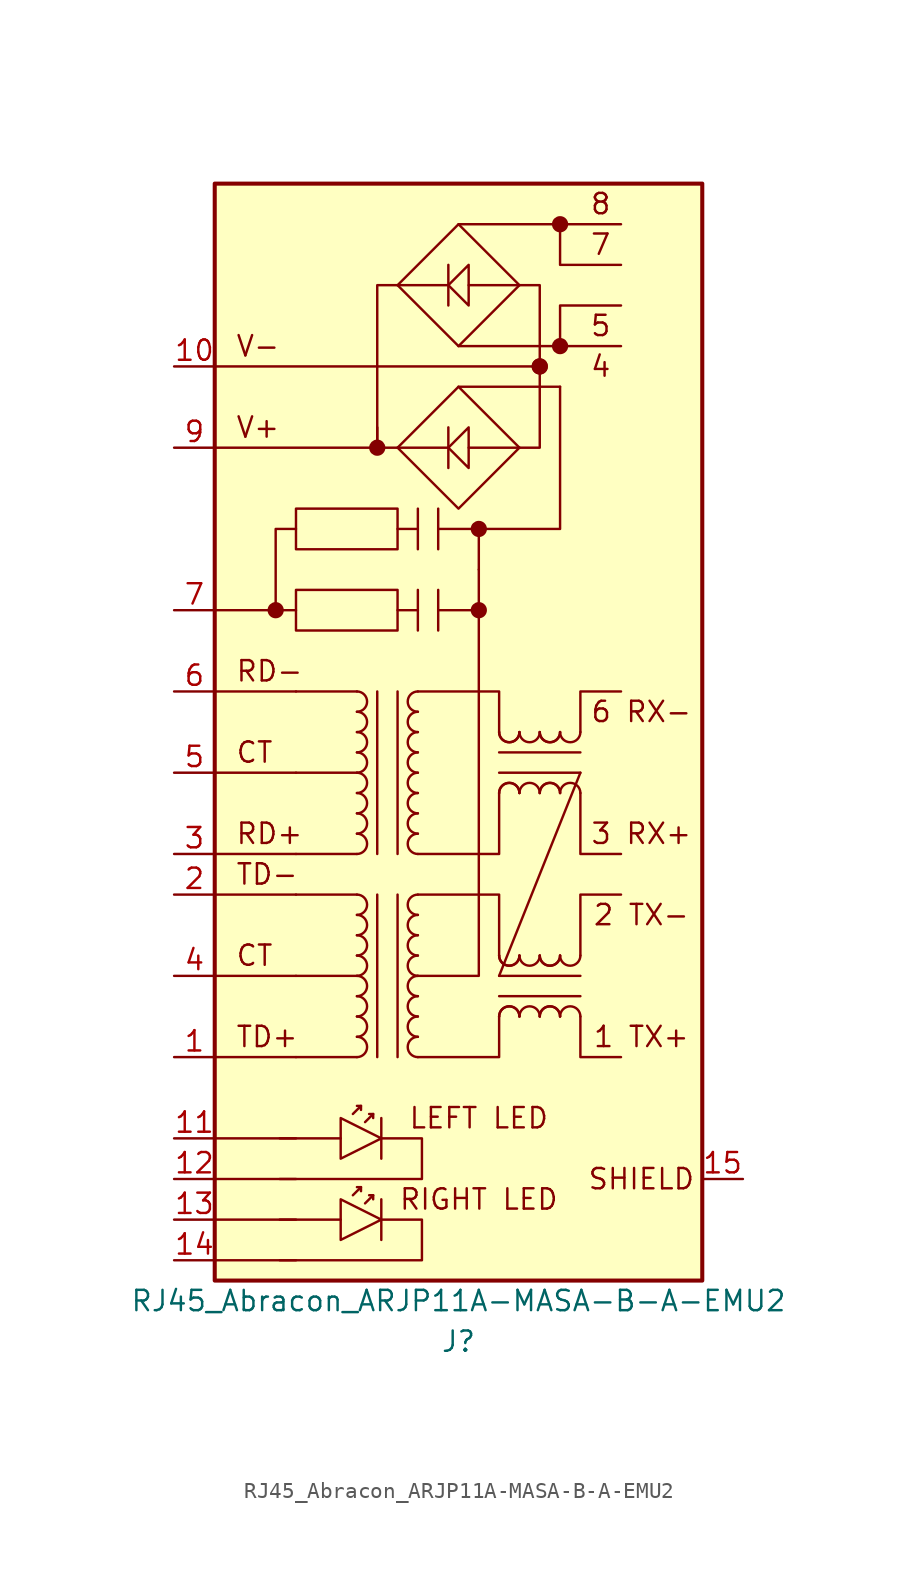
<source format=kicad_sym>
(kicad_symbol_lib
  (version 20201005)
  (generator kicad_symbol_editor)
  (symbol "Connector:RJ45_Abracon_ARJP11A-MASA-B-A-EMU2"
    (pin_names
      (offset 1.016) hide)
    (property "Reference" "J"
      (at 0 -38.1 0)
      (effects (font (size 1.27 1.27))))
    (property "Value" "RJ45_Abracon_ARJP11A-MASA-B-A-EMU2"
      (at 0 -35.56 0)
      (effects (font (size 1.27 1.27))))
    (symbol "RJ45_Abracon_ARJP11A-MASA-B-A-EMU2_0_0"
      (circle (center 1.27 7.62) (radius 0) (stroke (width 0.508)) (fill (type none)))
      (text "1 TX+" (at 11.43 -19.05 0) (effects (font (size 1.27 1.27))))
      (text "2 TX-" (at 11.43 -11.43 0) (effects (font (size 1.27 1.27))))
      (text "3 RX+" (at 11.43 -6.35 0) (effects (font (size 1.27 1.27))))
      (text "4" (at 8.89 22.86 0) (effects (font (size 1.27 1.27))))
      (text "5" (at 8.89 25.4 0) (effects (font (size 1.27 1.27))))
      (text "6 RX-" (at 11.43 1.27 0) (effects (font (size 1.27 1.27))))
      (text "7" (at 8.89 30.48 0) (effects (font (size 1.27 1.27))))
      (text "8" (at 8.89 33.02 0) (effects (font (size 1.27 1.27))))
      (text "CT" (at -13.97 -1.27 0) (effects (font (size 1.27 1.27)) (justify left)))
      (text "LEFT LED" (at 1.27 -24.13 0) (effects (font (size 1.27 1.27))))
      (text "RD-" (at -13.97 3.81 0) (effects (font (size 1.27 1.27)) (justify left)))
      (text "SHIELD" (at 11.43 -27.94 0) (effects (font (size 1.27 1.27))))
      (text "V+" (at -13.97 19.05 0) (effects (font (size 1.27 1.27)) (justify left)))
      (text "V-" (at -13.97 24.13 0) (effects (font (size 1.27 1.27)) (justify left)))
      (rectangle (start -15.24 -34.29) (end 15.24 34.29) (stroke (width 0.254)) (fill (type background)))
      (rectangle (start -3.81 8.89) (end -10.16 6.35) (stroke (width 0)) (fill (type none)))
      (polyline (pts (xy -15.24 -33.02) (xy -10.16 -33.02)) (stroke (width 0)) (fill (type none)))
      (polyline (pts (xy -15.24 -30.48) (xy -10.16 -30.48)) (stroke (width 0)) (fill (type none)))
      (polyline (pts (xy -15.24 -27.94) (xy -10.16 -27.94)) (stroke (width 0)) (fill (type none)))
      (polyline (pts (xy -15.24 -25.4) (xy -10.16 -25.4)) (stroke (width 0)) (fill (type none)))
      (polyline (pts (xy -15.24 -20.32) (xy -10.16 -20.32)) (stroke (width 0)) (fill (type none)))
      (polyline (pts (xy -15.24 -15.24) (xy -10.16 -15.24)) (stroke (width 0)) (fill (type none)))
      (polyline (pts (xy -15.24 -10.16) (xy -10.16 -10.16)) (stroke (width 0)) (fill (type none)))
      (polyline (pts (xy -15.24 -7.62) (xy -10.16 -7.62)) (stroke (width 0)) (fill (type none)))
      (polyline (pts (xy -15.24 -2.54) (xy -10.16 -2.54)) (stroke (width 0)) (fill (type none)))
      (polyline (pts (xy -15.24 2.54) (xy -10.16 2.54)) (stroke (width 0)) (fill (type none)))
      (polyline (pts (xy -15.24 22.86) (xy 5.08 22.86)) (stroke (width 0)) (fill (type none)))
      (polyline (pts (xy -11.43 7.62) (xy -15.24 7.62)) (stroke (width 0)) (fill (type none)))
      (polyline (pts (xy -11.176 -25.4) (xy -7.366 -25.4)) (stroke (width 0)) (fill (type none)))
      (polyline (pts (xy -10.16 7.62) (xy -11.43 7.62)) (stroke (width 0)) (fill (type none)))
      (polyline (pts (xy -5.08 17.78) (xy -15.24 17.78)) (stroke (width 0)) (fill (type none)))
      (polyline (pts (xy -5.08 17.78) (xy -3.81 17.78)) (stroke (width 0)) (fill (type none)))
      (polyline (pts (xy -5.08 19.05) (xy -5.08 17.78)) (stroke (width 0)) (fill (type none)))
      (polyline (pts (xy -3.81 7.62) (xy -2.54 7.62)) (stroke (width 0)) (fill (type none)))
      (polyline (pts (xy -3.81 12.7) (xy -2.54 12.7)) (stroke (width 0)) (fill (type none)))
      (polyline (pts (xy -2.54 8.89) (xy -2.54 6.35)) (stroke (width 0)) (fill (type none)))
      (polyline (pts (xy -1.27 8.89) (xy -1.27 6.35)) (stroke (width 0)) (fill (type none)))
      (polyline (pts (xy -1.27 13.97) (xy -1.27 11.43)) (stroke (width 0)) (fill (type none)))
      (polyline (pts (xy 0 21.59) (xy 6.35 21.59)) (stroke (width 0)) (fill (type none)))
      (polyline (pts (xy 0 24.13) (xy 10.16 24.13)) (stroke (width 0)) (fill (type none)))
      (polyline (pts (xy 0 31.75) (xy 10.16 31.75)) (stroke (width 0)) (fill (type none)))
      (polyline (pts (xy 1.27 10.16) (xy 1.27 12.7)) (stroke (width 0)) (fill (type none)))
      (polyline (pts (xy -10.16 12.7) (xy -11.43 12.7) (xy -11.43 7.62)) (stroke (width 0)) (fill (type none)))
      (polyline (pts (xy -3.81 27.94) (xy -5.08 27.94) (xy -5.08 17.78)) (stroke (width 0)) (fill (type none)))
      (polyline (pts (xy -1.27 12.7) (xy 0 12.7) (xy 1.27 12.7)) (stroke (width 0)) (fill (type none)))
      (polyline (pts (xy 1.27 12.7) (xy 6.35 12.7) (xy 6.35 21.59)) (stroke (width 0)) (fill (type none)))
      (polyline (pts (xy 6.35 24.13) (xy 6.35 26.67) (xy 10.16 26.67)) (stroke (width 0)) (fill (type none)))
      (polyline (pts (xy 6.35 31.75) (xy 6.35 29.21) (xy 10.16 29.21)) (stroke (width 0)) (fill (type none)))
      (polyline (pts (xy -4.826 -25.4) (xy -2.286 -25.4) (xy -2.286 -27.94) (xy -11.176 -27.94)) (stroke (width 0)) (fill (type none)))
      (polyline (pts (xy -2.54 -15.24) (xy -1.27 -15.24) (xy 1.27 -15.24) (xy 1.27 10.16)) (stroke (width 0)) (fill (type none)))
      (polyline (pts (xy 3.81 17.78) (xy 5.08 17.78) (xy 5.08 27.94) (xy 3.81 27.94)) (stroke (width 0)) (fill (type none)))
      (polyline (pts (xy -3.81 17.78) (xy 0 13.97) (xy 3.81 17.78) (xy 0 21.59) (xy -3.81 17.78)) (stroke (width 0)) (fill (type none))))
    (symbol "RJ45_Abracon_ARJP11A-MASA-B-A-EMU2_0_1"
      (arc (start -6.35 -16.51) (end -6.35 -15.24) (radius (at -6.35 -15.875) (length 0.635) (angles -89.9 89.9)) (stroke (width 0)) (fill (type none)))
      (arc (start -6.35 -13.97) (end -6.35 -13.97) (radius (at -6.35 -15.24) (length 1.27) (angles 90 90)) (stroke (width 0)) (fill (type none)))
      (arc (start -6.35 -15.24) (end -6.35 -13.97) (radius (at -6.35 -14.605) (length 0.635) (angles -89.9 89.9)) (stroke (width 0)) (fill (type none)))
      (arc (start -6.35 -11.43) (end -6.35 -10.16) (radius (at -6.35 -10.795) (length 0.635) (angles -89.9 89.9)) (stroke (width 0)) (fill (type none)))
      (polyline (pts (xy -6.35 -20.32) (xy -10.16 -20.32)) (stroke (width 0)) (fill (type none)))
      (polyline (pts (xy -6.35 -15.24) (xy -10.16 -15.24)) (stroke (width 0)) (fill (type none)))
      (polyline (pts (xy -6.35 -10.16) (xy -10.16 -10.16)) (stroke (width 0)) (fill (type none)))
      (polyline (pts (xy -6.35 -7.62) (xy -10.16 -7.62)) (stroke (width 0)) (fill (type none)))
      (polyline (pts (xy -6.35 -2.54) (xy -10.16 -2.54)) (stroke (width 0)) (fill (type none)))
      (polyline (pts (xy -6.35 2.54) (xy -10.16 2.54)) (stroke (width 0)) (fill (type none)))
      (polyline (pts (xy -6.096 -28.448) (xy -6.35 -28.448)) (stroke (width 0)) (fill (type none)))
      (polyline (pts (xy -5.334 -28.956) (xy -5.588 -28.956)) (stroke (width 0)) (fill (type none)))
      (polyline (pts (xy -4.826 -24.13) (xy -4.826 -26.67)) (stroke (width 0)) (fill (type none)))
      (polyline (pts (xy -1.27 7.62) (xy 1.27 7.62)) (stroke (width 0)) (fill (type none)))
      (polyline (pts (xy -0.635 17.78) (xy -3.81 17.78)) (stroke (width 0)) (fill (type none)))
      (polyline (pts (xy -0.635 19.05) (xy -0.635 16.51)) (stroke (width 0)) (fill (type none)))
      (polyline (pts (xy 0.635 17.78) (xy 3.81 17.78)) (stroke (width 0)) (fill (type none)))
      (polyline (pts (xy -6.604 -28.956) (xy -6.096 -28.448) (xy -6.096 -28.702)) (stroke (width 0)) (fill (type none)))
      (polyline (pts (xy -5.842 -29.464) (xy -5.334 -28.956) (xy -5.334 -29.21)) (stroke (width 0)) (fill (type none)))
      (polyline (pts (xy -7.366 -24.13) (xy -7.366 -26.67) (xy -4.826 -25.4) (xy -7.366 -24.13)) (stroke (width 0)) (fill (type none)))
      (polyline (pts (xy 0.635 19.05) (xy 0.635 16.51) (xy -0.635 17.78) (xy 0.635 19.05)) (stroke (width 0)) (fill (type none))))
    (symbol "RJ45_Abracon_ARJP11A-MASA-B-A-EMU2_1_1"
      (arc (start -6.35 -20.32) (end -6.35 -19.05) (radius (at -6.35 -19.685) (length 0.635) (angles -89.9 89.9)) (stroke (width 0)) (fill (type none)))
      (arc (start -6.35 -17.78) (end -6.35 -17.78) (radius (at -6.35 -19.05) (length 1.27) (angles 90 90)) (stroke (width 0)) (fill (type none)))
      (arc (start -6.35 -19.05) (end -6.35 -17.78) (radius (at -6.35 -18.415) (length 0.635) (angles -89.9 89.9)) (stroke (width 0)) (fill (type none)))
      (arc (start -6.35 -17.78) (end -6.35 -16.51) (radius (at -6.35 -17.145) (length 0.635) (angles -89.9 89.9)) (stroke (width 0)) (fill (type none)))
      (arc (start -6.35 -13.97) (end -6.35 -12.7) (radius (at -6.35 -13.335) (length 0.635) (angles -89.9 89.9)) (stroke (width 0)) (fill (type none)))
      (arc (start -6.35 -12.7) (end -6.35 -11.43) (radius (at -6.35 -12.065) (length 0.635) (angles -89.9 89.9)) (stroke (width 0)) (fill (type none)))
      (arc (start -6.35 -7.62) (end -6.35 -6.35) (radius (at -6.35 -6.985) (length 0.635) (angles -89.9 89.9)) (stroke (width 0)) (fill (type none)))
      (arc (start -6.35 -5.08) (end -6.35 -5.08) (radius (at -6.35 -6.35) (length 1.27) (angles 90 90)) (stroke (width 0)) (fill (type none)))
      (arc (start -6.35 -6.35) (end -6.35 -5.08) (radius (at -6.35 -5.715) (length 0.635) (angles -89.9 89.9)) (stroke (width 0)) (fill (type none)))
      (arc (start -6.35 -3.81) (end -6.35 -3.81) (radius (at -6.35 -5.08) (length 1.27) (angles 90 90)) (stroke (width 0)) (fill (type none)))
      (arc (start -6.35 -5.08) (end -6.35 -3.81) (radius (at -6.35 -4.445) (length 0.635) (angles -89.9 89.9)) (stroke (width 0)) (fill (type none)))
      (arc (start -6.35 -3.81) (end -6.35 -2.54) (radius (at -6.35 -3.175) (length 0.635) (angles -89.9 89.9)) (stroke (width 0)) (fill (type none)))
      (arc (start -6.35 -2.54) (end -6.35 -1.27) (radius (at -6.35 -1.905) (length 0.635) (angles -89.9 89.9)) (stroke (width 0)) (fill (type none)))
      (arc (start -6.35 -1.27) (end -6.35 0) (radius (at -6.35 -0.635) (length 0.635) (angles -89.9 89.9)) (stroke (width 0)) (fill (type none)))
      (arc (start -6.35 1.27) (end -6.35 1.27) (radius (at -6.35 0) (length 1.27) (angles 90 90)) (stroke (width 0)) (fill (type none)))
      (arc (start -6.35 0) (end -6.35 1.27) (radius (at -6.35 0.635) (length 0.635) (angles -89.9 89.9)) (stroke (width 0)) (fill (type none)))
      (arc (start -6.35 1.27) (end -6.35 2.54) (radius (at -6.35 1.905) (length 0.635) (angles -89.9 89.9)) (stroke (width 0)) (fill (type none)))
      (arc (start -2.54 -19.05) (end -2.54 -20.32) (radius (at -2.54 -19.685) (length 0.635) (angles 90.1 -90.1)) (stroke (width 0)) (fill (type none)))
      (arc (start -2.54 -17.78) (end -2.54 -19.05) (radius (at -2.54 -18.415) (length 0.635) (angles 90.1 -90.1)) (stroke (width 0)) (fill (type none)))
      (arc (start -2.54 -19.05) (end -2.54 -19.05) (radius (at -2.54 -17.78) (length 1.27) (angles -90 -90)) (stroke (width 0)) (fill (type none)))
      (arc (start -2.54 -16.51) (end -2.54 -17.78) (radius (at -2.54 -17.145) (length 0.635) (angles 90.1 -90.1)) (stroke (width 0)) (fill (type none)))
      (arc (start -2.54 -15.24) (end -2.54 -16.51) (radius (at -2.54 -15.875) (length 0.635) (angles 90.1 -90.1)) (stroke (width 0)) (fill (type none)))
      (arc (start -2.54 -13.97) (end -2.54 -15.24) (radius (at -2.54 -14.605) (length 0.635) (angles 90.1 -90.1)) (stroke (width 0)) (fill (type none)))
      (arc (start -2.54 -15.24) (end -2.54 -15.24) (radius (at -2.54 -13.97) (length 1.27) (angles -90 -90)) (stroke (width 0)) (fill (type none)))
      (arc (start -2.54 -12.7) (end -2.54 -13.97) (radius (at -2.54 -13.335) (length 0.635) (angles 90.1 -90.1)) (stroke (width 0)) (fill (type none)))
      (arc (start -2.54 -11.43) (end -2.54 -12.7) (radius (at -2.54 -12.065) (length 0.635) (angles 90.1 -90.1)) (stroke (width 0)) (fill (type none)))
      (arc (start -2.54 -10.16) (end -2.54 -11.43) (radius (at -2.54 -10.795) (length 0.635) (angles 90.1 -90.1)) (stroke (width 0)) (fill (type none)))
      (arc (start -2.54 -6.35) (end -2.54 -7.62) (radius (at -2.54 -6.985) (length 0.635) (angles 90.1 -90.1)) (stroke (width 0)) (fill (type none)))
      (arc (start -2.54 -5.08) (end -2.54 -6.35) (radius (at -2.54 -5.715) (length 0.635) (angles 90.1 -90.1)) (stroke (width 0)) (fill (type none)))
      (arc (start -2.54 -6.35) (end -2.54 -6.35) (radius (at -2.54 -5.08) (length 1.27) (angles -90 -90)) (stroke (width 0)) (fill (type none)))
      (arc (start -2.54 -3.81) (end -2.54 -5.08) (radius (at -2.54 -4.445) (length 0.635) (angles 90.1 -90.1)) (stroke (width 0)) (fill (type none)))
      (arc (start -2.54 -2.54) (end -2.54 -3.81) (radius (at -2.54 -3.175) (length 0.635) (angles 90.1 -90.1)) (stroke (width 0)) (fill (type none)))
      (arc (start -2.54 -3.81) (end -2.54 -3.81) (radius (at -2.54 -2.54) (length 1.27) (angles -90 -90)) (stroke (width 0)) (fill (type none)))
      (arc (start -2.54 -1.27) (end -2.54 -2.54) (radius (at -2.54 -1.905) (length 0.635) (angles 90.1 -90.1)) (stroke (width 0)) (fill (type none)))
      (arc (start -2.54 0) (end -2.54 -1.27) (radius (at -2.54 -0.635) (length 0.635) (angles 90.1 -90.1)) (stroke (width 0)) (fill (type none)))
      (arc (start -2.54 1.27) (end -2.54 0) (radius (at -2.54 0.635) (length 0.635) (angles 90.1 -90.1)) (stroke (width 0)) (fill (type none)))
      (arc (start -2.54 0) (end -2.54 0) (radius (at -2.54 1.27) (length 1.27) (angles -90 -90)) (stroke (width 0)) (fill (type none)))
      (arc (start -2.54 2.54) (end -2.54 1.27) (radius (at -2.54 1.905) (length 0.635) (angles 90.1 -90.1)) (stroke (width 0)) (fill (type none)))
      (arc (start 3.81 -13.97) (end 3.81 -13.97) (radius (at 2.54 -13.97) (length 1.27) (angles 0 0)) (stroke (width 0)) (fill (type none)))
      (arc (start 3.81 0) (end 3.81 0) (radius (at 2.54 0) (length 1.27) (angles 0 0)) (stroke (width 0)) (fill (type none)))
      (arc (start 3.81 -17.78) (end 2.54 -17.78) (radius (at 3.175 -17.78) (length 0.635) (angles 0.1 179.9)) (stroke (width 0)) (fill (type none)))
      (arc (start 3.81 -17.78) (end 2.54 -17.78) (radius (at 3.175 -17.78) (length 0.635) (angles 0.1 179.9)) (stroke (width 0)) (fill (type none)))
      (arc (start 2.54 -13.97) (end 3.81 -13.97) (radius (at 3.175 -13.97) (length 0.635) (angles -179.9 -0.1)) (stroke (width 0)) (fill (type none)))
      (arc (start 2.54 -13.97) (end 3.81 -13.97) (radius (at 3.175 -13.97) (length 0.635) (angles -179.9 -0.1)) (stroke (width 0)) (fill (type none)))
      (arc (start 3.81 -3.81) (end 2.54 -3.81) (radius (at 3.175 -3.81) (length 0.635) (angles 0.1 179.9)) (stroke (width 0)) (fill (type none)))
      (arc (start 3.81 -3.81) (end 2.54 -3.81) (radius (at 3.175 -3.81) (length 0.635) (angles 0.1 179.9)) (stroke (width 0)) (fill (type none)))
      (arc (start 2.54 0) (end 3.81 0) (radius (at 3.175 0) (length 0.635) (angles -179.9 -0.1)) (stroke (width 0)) (fill (type none)))
      (arc (start 2.54 0) (end 3.81 0) (radius (at 3.175 0) (length 0.635) (angles -179.9 -0.1)) (stroke (width 0)) (fill (type none)))
      (arc (start 2.54 -17.78) (end 2.54 -17.78) (radius (at 3.81 -17.78) (length 1.27) (angles 180 180)) (stroke (width 0)) (fill (type none)))
      (arc (start 2.54 -3.81) (end 2.54 -3.81) (radius (at 3.81 -3.81) (length 1.27) (angles 180 180)) (stroke (width 0)) (fill (type none)))
      (arc (start 5.08 -17.78) (end 3.81 -17.78) (radius (at 4.445 -17.78) (length 0.635) (angles 0.1 179.9)) (stroke (width 0)) (fill (type none)))
      (arc (start 3.81 -13.97) (end 5.08 -13.97) (radius (at 4.445 -13.97) (length 0.635) (angles -179.9 -0.1)) (stroke (width 0)) (fill (type none)))
      (arc (start 5.08 -3.81) (end 3.81 -3.81) (radius (at 4.445 -3.81) (length 0.635) (angles 0.1 179.9)) (stroke (width 0)) (fill (type none)))
      (arc (start 3.81 0) (end 5.08 0) (radius (at 4.445 0) (length 0.635) (angles -179.9 -0.1)) (stroke (width 0)) (fill (type none)))
      (arc (start 6.35 -13.97) (end 6.35 -13.97) (radius (at 5.08 -13.97) (length 1.27) (angles 0 0)) (stroke (width 0)) (fill (type none)))
      (arc (start 6.35 0) (end 6.35 0) (radius (at 5.08 0) (length 1.27) (angles 0 0)) (stroke (width 0)) (fill (type none)))
      (arc (start 6.35 -17.78) (end 5.08 -17.78) (radius (at 5.715 -17.78) (length 0.635) (angles 0.1 179.9)) (stroke (width 0)) (fill (type none)))
      (arc (start 6.35 -17.78) (end 5.08 -17.78) (radius (at 5.715 -17.78) (length 0.635) (angles 0.1 179.9)) (stroke (width 0)) (fill (type none)))
      (arc (start 5.08 -13.97) (end 6.35 -13.97) (radius (at 5.715 -13.97) (length 0.635) (angles -179.9 -0.1)) (stroke (width 0)) (fill (type none)))
      (arc (start 5.08 -13.97) (end 6.35 -13.97) (radius (at 5.715 -13.97) (length 0.635) (angles -179.9 -0.1)) (stroke (width 0)) (fill (type none)))
      (arc (start 6.35 -3.81) (end 5.08 -3.81) (radius (at 5.715 -3.81) (length 0.635) (angles 0.1 179.9)) (stroke (width 0)) (fill (type none)))
      (arc (start 6.35 -3.81) (end 5.08 -3.81) (radius (at 5.715 -3.81) (length 0.635) (angles 0.1 179.9)) (stroke (width 0)) (fill (type none)))
      (arc (start 5.08 0) (end 6.35 0) (radius (at 5.715 0) (length 0.635) (angles -179.9 -0.1)) (stroke (width 0)) (fill (type none)))
      (arc (start 5.08 0) (end 6.35 0) (radius (at 5.715 0) (length 0.635) (angles -179.9 -0.1)) (stroke (width 0)) (fill (type none)))
      (arc (start 5.08 -17.78) (end 5.08 -17.78) (radius (at 6.35 -17.78) (length 1.27) (angles 180 180)) (stroke (width 0)) (fill (type none)))
      (arc (start 5.08 -3.81) (end 5.08 -3.81) (radius (at 6.35 -3.81) (length 1.27) (angles 180 180)) (stroke (width 0)) (fill (type none)))
      (arc (start 7.62 -17.78) (end 6.35 -17.78) (radius (at 6.985 -17.78) (length 0.635) (angles 0.1 179.9)) (stroke (width 0)) (fill (type none)))
      (arc (start 6.35 -13.97) (end 7.62 -13.97) (radius (at 6.985 -13.97) (length 0.635) (angles -179.9 -0.1)) (stroke (width 0)) (fill (type none)))
      (arc (start 7.62 -3.81) (end 6.35 -3.81) (radius (at 6.985 -3.81) (length 0.635) (angles 0.1 179.9)) (stroke (width 0)) (fill (type none)))
      (arc (start 6.35 0) (end 7.62 0) (radius (at 6.985 0) (length 0.635) (angles -179.9 -0.1)) (stroke (width 0)) (fill (type none)))
      (circle (center -11.43 7.62) (radius 0) (stroke (width 0.508)) (fill (type none)))
      (circle (center -5.08 17.78) (radius 0) (stroke (width 0.508)) (fill (type none)))
      (circle (center 1.27 12.7) (radius 0) (stroke (width 0.508)) (fill (type none)))
      (circle (center 5.08 22.86) (radius 0) (stroke (width 0.508)) (fill (type none)))
      (circle (center 5.08 22.86) (radius 0) (stroke (width 0.508)) (fill (type none)))
      (circle (center 6.35 24.13) (radius 0) (stroke (width 0.508)) (fill (type none)))
      (circle (center 6.35 31.75) (radius 0) (stroke (width 0.508)) (fill (type none)))
      (text "CT" (at -13.97 -13.97 0) (effects (font (size 1.27 1.27)) (justify left)))
      (text "RD+" (at -13.97 -6.35 0) (effects (font (size 1.27 1.27)) (justify left)))
      (text "RIGHT LED" (at 1.27 -29.21 0) (effects (font (size 1.27 1.27))))
      (text "TD+" (at -13.97 -19.05 0) (effects (font (size 1.27 1.27)) (justify left)))
      (text "TD-" (at -13.97 -8.89 0) (effects (font (size 1.27 1.27)) (justify left)))
      (rectangle (start -3.81 13.97) (end -10.16 11.43) (stroke (width 0)) (fill (type none)))
      (polyline (pts (xy -11.176 -30.48) (xy -7.366 -30.48)) (stroke (width 0)) (fill (type none)))
      (polyline (pts (xy -6.096 -23.368) (xy -6.35 -23.368)) (stroke (width 0)) (fill (type none)))
      (polyline (pts (xy -5.334 -23.876) (xy -5.588 -23.876)) (stroke (width 0)) (fill (type none)))
      (polyline (pts (xy -5.08 -10.16) (xy -5.08 -20.32)) (stroke (width 0)) (fill (type none)))
      (polyline (pts (xy -5.08 2.54) (xy -5.08 -7.62)) (stroke (width 0)) (fill (type none)))
      (polyline (pts (xy -4.826 -29.21) (xy -4.826 -31.75)) (stroke (width 0)) (fill (type none)))
      (polyline (pts (xy -3.81 -20.32) (xy -3.81 -10.16)) (stroke (width 0)) (fill (type none)))
      (polyline (pts (xy -3.81 -7.62) (xy -3.81 2.54)) (stroke (width 0)) (fill (type none)))
      (polyline (pts (xy -2.54 13.97) (xy -2.54 11.43)) (stroke (width 0)) (fill (type none)))
      (polyline (pts (xy -0.635 27.94) (xy -3.81 27.94)) (stroke (width 0)) (fill (type none)))
      (polyline (pts (xy -0.635 29.21) (xy -0.635 26.67)) (stroke (width 0)) (fill (type none)))
      (polyline (pts (xy 0.635 27.94) (xy 3.81 27.94)) (stroke (width 0)) (fill (type none)))
      (polyline (pts (xy 2.54 -16.51) (xy 7.62 -16.51)) (stroke (width 0)) (fill (type none)))
      (polyline (pts (xy 2.54 -15.24) (xy 7.62 -2.54)) (stroke (width 0)) (fill (type none)))
      (polyline (pts (xy 2.54 -2.54) (xy 7.62 -2.54)) (stroke (width 0)) (fill (type none)))
      (polyline (pts (xy 7.62 -15.24) (xy 2.54 -15.24)) (stroke (width 0)) (fill (type none)))
      (polyline (pts (xy 7.62 -1.27) (xy 2.54 -1.27)) (stroke (width 0)) (fill (type none)))
      (polyline (pts (xy -6.604 -23.876) (xy -6.096 -23.368) (xy -6.096 -23.622)) (stroke (width 0)) (fill (type none)))
      (polyline (pts (xy -5.842 -24.384) (xy -5.334 -23.876) (xy -5.334 -24.13)) (stroke (width 0)) (fill (type none)))
      (polyline (pts (xy -2.54 -10.16) (xy 2.54 -10.16) (xy 2.54 -13.97)) (stroke (width 0)) (fill (type none)))
      (polyline (pts (xy -2.54 -7.62) (xy 2.54 -7.62) (xy 2.54 -3.81)) (stroke (width 0)) (fill (type none)))
      (polyline (pts (xy -2.54 2.54) (xy 2.54 2.54) (xy 2.54 0)) (stroke (width 0)) (fill (type none)))
      (polyline (pts (xy 2.54 -17.78) (xy 2.54 -20.32) (xy -2.54 -20.32)) (stroke (width 0)) (fill (type none)))
      (polyline (pts (xy 7.62 -17.78) (xy 7.62 -20.32) (xy 10.16 -20.32)) (stroke (width 0)) (fill (type none)))
      (polyline (pts (xy 7.62 -13.97) (xy 7.62 -10.16) (xy 10.16 -10.16)) (stroke (width 0)) (fill (type none)))
      (polyline (pts (xy 7.62 -3.81) (xy 7.62 -7.62) (xy 10.16 -7.62)) (stroke (width 0)) (fill (type none)))
      (polyline (pts (xy 7.62 0) (xy 7.62 2.54) (xy 10.16 2.54)) (stroke (width 0)) (fill (type none)))
      (polyline (pts (xy -7.366 -29.21) (xy -7.366 -31.75) (xy -4.826 -30.48) (xy -7.366 -29.21)) (stroke (width 0)) (fill (type none)))
      (polyline (pts (xy -4.826 -30.48) (xy -2.286 -30.48) (xy -2.286 -33.02) (xy -11.176 -33.02)) (stroke (width 0)) (fill (type none)))
      (polyline (pts (xy 0.635 29.21) (xy 0.635 26.67) (xy -0.635 27.94) (xy 0.635 29.21)) (stroke (width 0)) (fill (type none)))
      (polyline (pts (xy -3.81 27.94) (xy 0 24.13) (xy 3.81 27.94) (xy 0 31.75) (xy -3.81 27.94)) (stroke (width 0)) (fill (type none)))
      (pin passive line (at -17.78 -20.32 0) (length 2.54) (name "TD+" (effects (font (size 1.27 1.27)))) (number "1" (effects (font (size 1.27 1.27)))))
      (pin power_out line (at -17.78 22.86 0) (length 2.54) (name "V-" (effects (font (size 1.27 1.27)))) (number "10" (effects (font (size 1.27 1.27)))))
      (pin passive line (at -17.78 -25.4 0) (length 2.54) (name "LLED+" (effects (font (size 1.27 1.27)))) (number "11" (effects (font (size 1.27 1.27)))))
      (pin passive line (at -17.78 -27.94 0) (length 2.54) (name "LLED-" (effects (font (size 1.27 1.27)))) (number "12" (effects (font (size 1.27 1.27)))))
      (pin passive line (at -17.78 -30.48 0) (length 2.54) (name "RLED+" (effects (font (size 1.27 1.27)))) (number "13" (effects (font (size 1.27 1.27)))))
      (pin passive line (at -17.78 -33.02 0) (length 2.54) (name "RLED-" (effects (font (size 1.27 1.27)))) (number "14" (effects (font (size 1.27 1.27)))))
      (pin passive line (at 17.78 -27.94 180) (length 2.54) (name "SHIELD" (effects (font (size 1.27 1.27)))) (number "15" (effects (font (size 1.27 1.27)))))
      (pin passive line (at -17.78 -10.16 0) (length 2.54) (name "TD-" (effects (font (size 1.27 1.27)))) (number "2" (effects (font (size 1.27 1.27)))))
      (pin passive line (at -17.78 -7.62 0) (length 2.54) (name "RD+" (effects (font (size 1.27 1.27)))) (number "3" (effects (font (size 1.27 1.27)))))
      (pin passive line (at -17.78 -15.24 0) (length 2.54) (name "CT" (effects (font (size 1.27 1.27)))) (number "4" (effects (font (size 1.27 1.27)))))
      (pin passive line (at -17.78 -2.54 0) (length 2.54) (name "CT" (effects (font (size 1.27 1.27)))) (number "5" (effects (font (size 1.27 1.27)))))
      (pin passive line (at -17.78 2.54 0) (length 2.54) (name "RD-" (effects (font (size 1.27 1.27)))) (number "6" (effects (font (size 1.27 1.27)))))
      (pin passive line (at -17.78 7.62 0) (length 2.54) (name "7" (effects (font (size 1.27 1.27)))) (number "7" (effects (font (size 1.27 1.27)))))
      (pin power_out line (at -17.78 17.78 0) (length 2.54) (name "V+" (effects (font (size 1.27 1.27)))) (number "9" (effects (font (size 1.27 1.27))))))))
</source>
